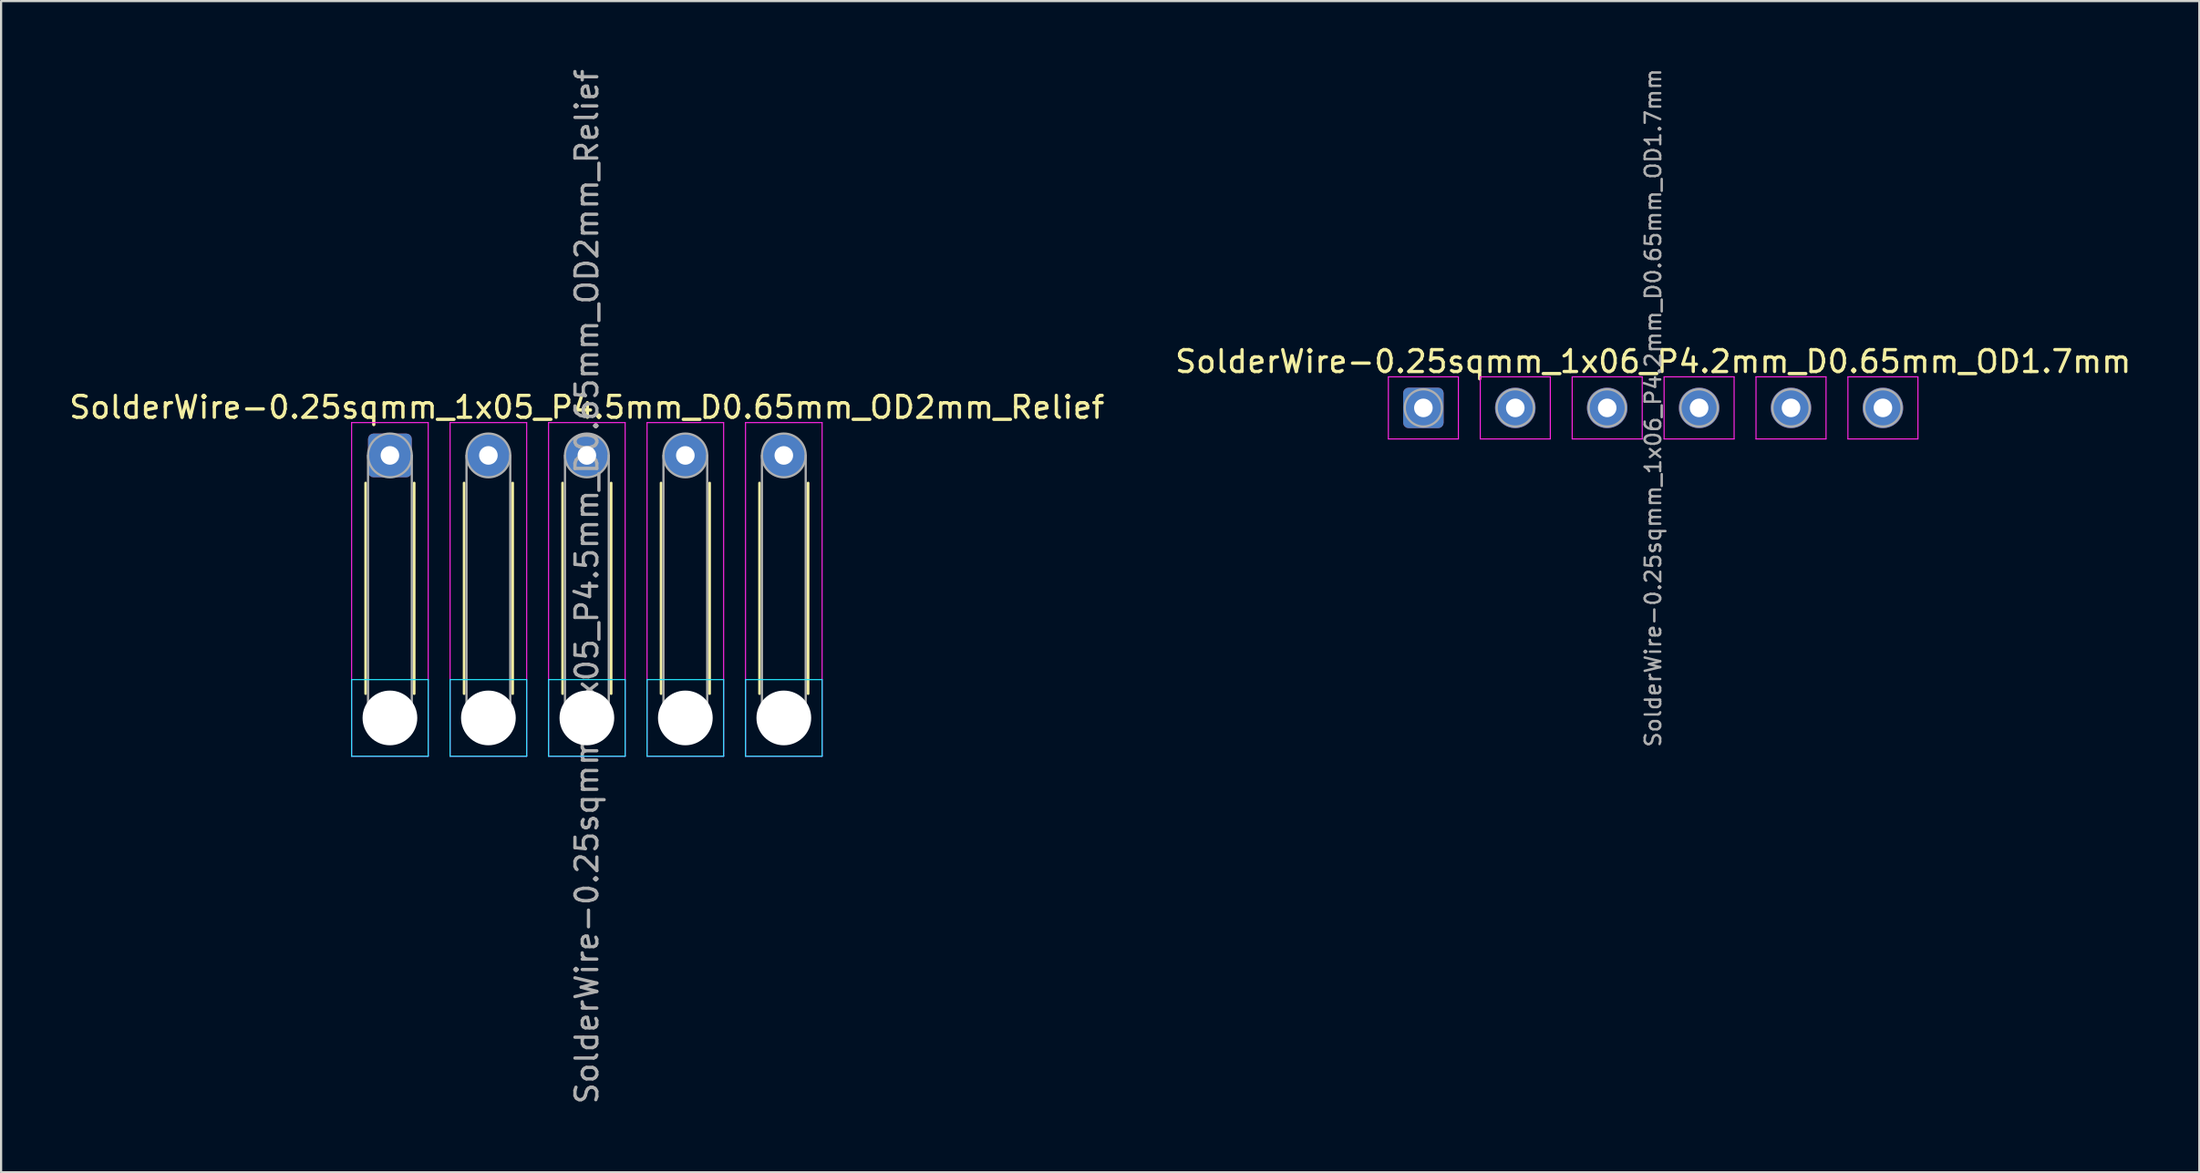
<source format=kicad_pcb>
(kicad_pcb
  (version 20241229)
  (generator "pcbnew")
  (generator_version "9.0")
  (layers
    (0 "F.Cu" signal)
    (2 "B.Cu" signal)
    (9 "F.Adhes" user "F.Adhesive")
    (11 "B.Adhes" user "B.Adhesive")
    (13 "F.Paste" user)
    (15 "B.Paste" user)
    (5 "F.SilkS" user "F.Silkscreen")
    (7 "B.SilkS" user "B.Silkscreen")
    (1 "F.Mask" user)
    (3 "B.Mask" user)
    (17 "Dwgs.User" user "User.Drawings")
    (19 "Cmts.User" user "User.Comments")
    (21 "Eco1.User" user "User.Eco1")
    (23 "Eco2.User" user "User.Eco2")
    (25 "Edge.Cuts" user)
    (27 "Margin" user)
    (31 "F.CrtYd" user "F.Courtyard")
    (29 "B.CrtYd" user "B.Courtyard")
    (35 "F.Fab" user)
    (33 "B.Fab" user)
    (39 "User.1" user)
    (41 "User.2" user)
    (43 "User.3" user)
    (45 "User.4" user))
  (footprint "SolderWire-0.25sqmm_1x06_P4.2mm_D0.65mm_OD1.7mm"
    (layer "F.Cu")
    (at 61.994 15.596)
    (property "Reference" "SolderWire-0.25sqmm_1x06_P4.2mm_D0.65mm_OD1.7mm" (at 10.5 -2.12 0) (layer "F.SilkS") (effects (font (size 1 1) (thickness 0.15))))
    (attr exclude_from_pos_files exclude_from_bom)
    (fp_line (start -1.6 -1.42) (end -1.6 1.42) (stroke (width 0.05) (type solid)) (layer "F.CrtYd"))
    (fp_line (start -1.6 1.42) (end 1.6 1.42) (stroke (width 0.05) (type solid)) (layer "F.CrtYd"))
    (fp_line (start 1.6 -1.42) (end -1.6 -1.42) (stroke (width 0.05) (type solid)) (layer "F.CrtYd"))
    (fp_line (start 1.6 1.42) (end 1.6 -1.42) (stroke (width 0.05) (type solid)) (layer "F.CrtYd"))
    (fp_line (start 2.6 -1.42) (end 2.6 1.42) (stroke (width 0.05) (type solid)) (layer "F.CrtYd"))
    (fp_line (start 2.6 1.42) (end 5.8 1.42) (stroke (width 0.05) (type solid)) (layer "F.CrtYd"))
    (fp_line (start 5.8 -1.42) (end 2.6 -1.42) (stroke (width 0.05) (type solid)) (layer "F.CrtYd"))
    (fp_line (start 5.8 1.42) (end 5.8 -1.42) (stroke (width 0.05) (type solid)) (layer "F.CrtYd"))
    (fp_line (start 6.8 -1.42) (end 6.8 1.42) (stroke (width 0.05) (type solid)) (layer "F.CrtYd"))
    (fp_line (start 6.8 1.42) (end 10 1.42) (stroke (width 0.05) (type solid)) (layer "F.CrtYd"))
    (fp_line (start 10 -1.42) (end 6.8 -1.42) (stroke (width 0.05) (type solid)) (layer "F.CrtYd"))
    (fp_line (start 10 1.42) (end 10 -1.42) (stroke (width 0.05) (type solid)) (layer "F.CrtYd"))
    (fp_line (start 11 -1.42) (end 11 1.42) (stroke (width 0.05) (type solid)) (layer "F.CrtYd"))
    (fp_line (start 11 1.42) (end 14.2 1.42) (stroke (width 0.05) (type solid)) (layer "F.CrtYd"))
    (fp_line (start 14.2 -1.42) (end 11 -1.42) (stroke (width 0.05) (type solid)) (layer "F.CrtYd"))
    (fp_line (start 14.2 1.42) (end 14.2 -1.42) (stroke (width 0.05) (type solid)) (layer "F.CrtYd"))
    (fp_line (start 15.2 -1.42) (end 15.2 1.42) (stroke (width 0.05) (type solid)) (layer "F.CrtYd"))
    (fp_line (start 15.2 1.42) (end 18.4 1.42) (stroke (width 0.05) (type solid)) (layer "F.CrtYd"))
    (fp_line (start 18.4 -1.42) (end 15.2 -1.42) (stroke (width 0.05) (type solid)) (layer "F.CrtYd"))
    (fp_line (start 18.4 1.42) (end 18.4 -1.42) (stroke (width 0.05) (type solid)) (layer "F.CrtYd"))
    (fp_line (start 19.4 -1.42) (end 19.4 1.42) (stroke (width 0.05) (type solid)) (layer "F.CrtYd"))
    (fp_line (start 19.4 1.42) (end 22.6 1.42) (stroke (width 0.05) (type solid)) (layer "F.CrtYd"))
    (fp_line (start 22.6 -1.42) (end 19.4 -1.42) (stroke (width 0.05) (type solid)) (layer "F.CrtYd"))
    (fp_line (start 22.6 1.42) (end 22.6 -1.42) (stroke (width 0.05) (type solid)) (layer "F.CrtYd"))
    (fp_circle (center 0 0) (end 0.85 0) (stroke (width 0.1) (type solid)) (fill no) (layer "F.Fab"))
    (fp_circle (center 4.2 0) (end 5.05 0) (stroke (width 0.1) (type solid)) (fill no) (layer "F.Fab"))
    (fp_circle (center 8.4 0) (end 9.25 0) (stroke (width 0.1) (type solid)) (fill no) (layer "F.Fab"))
    (fp_circle (center 12.6 0) (end 13.45 0) (stroke (width 0.1) (type solid)) (fill no) (layer "F.Fab"))
    (fp_circle (center 16.8 0) (end 17.65 0) (stroke (width 0.1) (type solid)) (fill no) (layer "F.Fab"))
    (fp_circle (center 21 0) (end 21.85 0) (stroke (width 0.1) (type solid)) (fill no) (layer "F.Fab"))
    (fp_text user "${REFERENCE}" (at 10.5 0 90) (layer "F.Fab") (effects (font (size 0.71 0.71) (thickness 0.11))))
    (pad "1" thru_hole roundrect (at 0 0) (size 1.85 1.85) (drill 0.85) (layers "*.Cu" "*.Mask") (roundrect_rratio 0.135))
    (pad "2" thru_hole circle (at 4.2 0) (size 1.85 1.85) (drill 0.85) (layers "*.Cu" "*.Mask"))
    (pad "3" thru_hole circle (at 8.4 0) (size 1.85 1.85) (drill 0.85) (layers "*.Cu" "*.Mask"))
    (pad "4" thru_hole circle (at 12.6 0) (size 1.85 1.85) (drill 0.85) (layers "*.Cu" "*.Mask"))
    (pad "5" thru_hole circle (at 16.8 0) (size 1.85 1.85) (drill 0.85) (layers "*.Cu" "*.Mask"))
    (pad "6" thru_hole circle (at 21 0) (size 1.85 1.85) (drill 0.85) (layers "*.Cu" "*.Mask")))
  (footprint "SolderWire-0.25sqmm_1x05_P4.5mm_D0.65mm_OD2mm_Relief"
    (layer "F.Cu")
    (at 14.768 17.768)
    (property "Reference" "SolderWire-0.25sqmm_1x05_P4.5mm_D0.65mm_OD2mm_Relief" (at 9 -2.2 0) (layer "F.SilkS") (effects (font (size 1 1) (thickness 0.15))))
    (attr exclude_from_pos_files exclude_from_bom)
    (fp_line (start -1.11 1.26) (end -1.11 10.89) (stroke (width 0.12) (type solid)) (layer "F.SilkS"))
    (fp_line (start 1.11 1.26) (end 1.11 10.89) (stroke (width 0.12) (type solid)) (layer "F.SilkS"))
    (fp_line (start 3.39 1.26) (end 3.39 10.89) (stroke (width 0.12) (type solid)) (layer "F.SilkS"))
    (fp_line (start 5.61 1.26) (end 5.61 10.89) (stroke (width 0.12) (type solid)) (layer "F.SilkS"))
    (fp_line (start 7.89 1.26) (end 7.89 10.89) (stroke (width 0.12) (type solid)) (layer "F.SilkS"))
    (fp_line (start 10.11 1.26) (end 10.11 10.89) (stroke (width 0.12) (type solid)) (layer "F.SilkS"))
    (fp_line (start 12.39 1.26) (end 12.39 10.89) (stroke (width 0.12) (type solid)) (layer "F.SilkS"))
    (fp_line (start 14.61 1.26) (end 14.61 10.89) (stroke (width 0.12) (type solid)) (layer "F.SilkS"))
    (fp_line (start 16.89 1.26) (end 16.89 10.89) (stroke (width 0.12) (type solid)) (layer "F.SilkS"))
    (fp_line (start 19.11 1.26) (end 19.11 10.89) (stroke (width 0.12) (type solid)) (layer "F.SilkS"))
    (fp_line (start -1.75 10.25) (end -1.75 13.75) (stroke (width 0.05) (type solid)) (layer "B.CrtYd"))
    (fp_line (start -1.75 13.75) (end 1.75 13.75) (stroke (width 0.05) (type solid)) (layer "B.CrtYd"))
    (fp_line (start 1.75 10.25) (end -1.75 10.25) (stroke (width 0.05) (type solid)) (layer "B.CrtYd"))
    (fp_line (start 1.75 13.75) (end 1.75 10.25) (stroke (width 0.05) (type solid)) (layer "B.CrtYd"))
    (fp_line (start 2.75 10.25) (end 2.75 13.75) (stroke (width 0.05) (type solid)) (layer "B.CrtYd"))
    (fp_line (start 2.75 13.75) (end 6.25 13.75) (stroke (width 0.05) (type solid)) (layer "B.CrtYd"))
    (fp_line (start 6.25 10.25) (end 2.75 10.25) (stroke (width 0.05) (type solid)) (layer "B.CrtYd"))
    (fp_line (start 6.25 13.75) (end 6.25 10.25) (stroke (width 0.05) (type solid)) (layer "B.CrtYd"))
    (fp_line (start 7.25 10.25) (end 7.25 13.75) (stroke (width 0.05) (type solid)) (layer "B.CrtYd"))
    (fp_line (start 7.25 13.75) (end 10.75 13.75) (stroke (width 0.05) (type solid)) (layer "B.CrtYd"))
    (fp_line (start 10.75 10.25) (end 7.25 10.25) (stroke (width 0.05) (type solid)) (layer "B.CrtYd"))
    (fp_line (start 10.75 13.75) (end 10.75 10.25) (stroke (width 0.05) (type solid)) (layer "B.CrtYd"))
    (fp_line (start 11.75 10.25) (end 11.75 13.75) (stroke (width 0.05) (type solid)) (layer "B.CrtYd"))
    (fp_line (start 11.75 13.75) (end 15.25 13.75) (stroke (width 0.05) (type solid)) (layer "B.CrtYd"))
    (fp_line (start 15.25 10.25) (end 11.75 10.25) (stroke (width 0.05) (type solid)) (layer "B.CrtYd"))
    (fp_line (start 15.25 13.75) (end 15.25 10.25) (stroke (width 0.05) (type solid)) (layer "B.CrtYd"))
    (fp_line (start 16.25 10.25) (end 16.25 13.75) (stroke (width 0.05) (type solid)) (layer "B.CrtYd"))
    (fp_line (start 16.25 13.75) (end 19.75 13.75) (stroke (width 0.05) (type solid)) (layer "B.CrtYd"))
    (fp_line (start 19.75 10.25) (end 16.25 10.25) (stroke (width 0.05) (type solid)) (layer "B.CrtYd"))
    (fp_line (start 19.75 13.75) (end 19.75 10.25) (stroke (width 0.05) (type solid)) (layer "B.CrtYd"))
    (fp_line (start -1.75 -1.5) (end -1.75 13.75) (stroke (width 0.05) (type solid)) (layer "F.CrtYd"))
    (fp_line (start -1.75 13.75) (end 1.75 13.75) (stroke (width 0.05) (type solid)) (layer "F.CrtYd"))
    (fp_line (start 1.75 -1.5) (end -1.75 -1.5) (stroke (width 0.05) (type solid)) (layer "F.CrtYd"))
    (fp_line (start 1.75 13.75) (end 1.75 -1.5) (stroke (width 0.05) (type solid)) (layer "F.CrtYd"))
    (fp_line (start 2.75 -1.5) (end 2.75 13.75) (stroke (width 0.05) (type solid)) (layer "F.CrtYd"))
    (fp_line (start 2.75 13.75) (end 6.25 13.75) (stroke (width 0.05) (type solid)) (layer "F.CrtYd"))
    (fp_line (start 6.25 -1.5) (end 2.75 -1.5) (stroke (width 0.05) (type solid)) (layer "F.CrtYd"))
    (fp_line (start 6.25 13.75) (end 6.25 -1.5) (stroke (width 0.05) (type solid)) (layer "F.CrtYd"))
    (fp_line (start 7.25 -1.5) (end 7.25 13.75) (stroke (width 0.05) (type solid)) (layer "F.CrtYd"))
    (fp_line (start 7.25 13.75) (end 10.75 13.75) (stroke (width 0.05) (type solid)) (layer "F.CrtYd"))
    (fp_line (start 10.75 -1.5) (end 7.25 -1.5) (stroke (width 0.05) (type solid)) (layer "F.CrtYd"))
    (fp_line (start 10.75 13.75) (end 10.75 -1.5) (stroke (width 0.05) (type solid)) (layer "F.CrtYd"))
    (fp_line (start 11.75 -1.5) (end 11.75 13.75) (stroke (width 0.05) (type solid)) (layer "F.CrtYd"))
    (fp_line (start 11.75 13.75) (end 15.25 13.75) (stroke (width 0.05) (type solid)) (layer "F.CrtYd"))
    (fp_line (start 15.25 -1.5) (end 11.75 -1.5) (stroke (width 0.05) (type solid)) (layer "F.CrtYd"))
    (fp_line (start 15.25 13.75) (end 15.25 -1.5) (stroke (width 0.05) (type solid)) (layer "F.CrtYd"))
    (fp_line (start 16.25 -1.5) (end 16.25 13.75) (stroke (width 0.05) (type solid)) (layer "F.CrtYd"))
    (fp_line (start 16.25 13.75) (end 19.75 13.75) (stroke (width 0.05) (type solid)) (layer "F.CrtYd"))
    (fp_line (start 19.75 -1.5) (end 16.25 -1.5) (stroke (width 0.05) (type solid)) (layer "F.CrtYd"))
    (fp_line (start 19.75 13.75) (end 19.75 -1.5) (stroke (width 0.05) (type solid)) (layer "F.CrtYd"))
    (fp_line (start -1 0) (end -1 12) (stroke (width 0.1) (type solid)) (layer "F.Fab"))
    (fp_line (start 1 0) (end 1 12) (stroke (width 0.1) (type solid)) (layer "F.Fab"))
    (fp_line (start 3.5 0) (end 3.5 12) (stroke (width 0.1) (type solid)) (layer "F.Fab"))
    (fp_line (start 5.5 0) (end 5.5 12) (stroke (width 0.1) (type solid)) (layer "F.Fab"))
    (fp_line (start 8 0) (end 8 12) (stroke (width 0.1) (type solid)) (layer "F.Fab"))
    (fp_line (start 10 0) (end 10 12) (stroke (width 0.1) (type solid)) (layer "F.Fab"))
    (fp_line (start 12.5 0) (end 12.5 12) (stroke (width 0.1) (type solid)) (layer "F.Fab"))
    (fp_line (start 14.5 0) (end 14.5 12) (stroke (width 0.1) (type solid)) (layer "F.Fab"))
    (fp_line (start 17 0) (end 17 12) (stroke (width 0.1) (type solid)) (layer "F.Fab"))
    (fp_line (start 19 0) (end 19 12) (stroke (width 0.1) (type solid)) (layer "F.Fab"))
    (fp_circle (center 0 0) (end 1 0) (stroke (width 0.1) (type solid)) (fill no) (layer "F.Fab"))
    (fp_circle (center 0 12) (end 1 12) (stroke (width 0.1) (type solid)) (fill no) (layer "F.Fab"))
    (fp_circle (center 4.5 0) (end 5.5 0) (stroke (width 0.1) (type solid)) (fill no) (layer "F.Fab"))
    (fp_circle (center 4.5 12) (end 5.5 12) (stroke (width 0.1) (type solid)) (fill no) (layer "F.Fab"))
    (fp_circle (center 9 0) (end 10 0) (stroke (width 0.1) (type solid)) (fill no) (layer "F.Fab"))
    (fp_circle (center 9 12) (end 10 12) (stroke (width 0.1) (type solid)) (fill no) (layer "F.Fab"))
    (fp_circle (center 13.5 0) (end 14.5 0) (stroke (width 0.1) (type solid)) (fill no) (layer "F.Fab"))
    (fp_circle (center 13.5 12) (end 14.5 12) (stroke (width 0.1) (type solid)) (fill no) (layer "F.Fab"))
    (fp_circle (center 18 0) (end 19 0) (stroke (width 0.1) (type solid)) (fill no) (layer "F.Fab"))
    (fp_circle (center 18 12) (end 19 12) (stroke (width 0.1) (type solid)) (fill no) (layer "F.Fab"))
    (fp_text user "${REFERENCE}" (at 9 6 90) (layer "F.Fab") (effects (font (size 1 1) (thickness 0.15))))
    (pad "" np_thru_hole circle (at 0 12) (size 2.5 2.5) (drill 2.5) (layers "*.Cu" "*.Mask"))
    (pad "" np_thru_hole circle (at 4.5 12) (size 2.5 2.5) (drill 2.5) (layers "*.Cu" "*.Mask"))
    (pad "" np_thru_hole circle (at 9 12) (size 2.5 2.5) (drill 2.5) (layers "*.Cu" "*.Mask"))
    (pad "" np_thru_hole circle (at 13.5 12) (size 2.5 2.5) (drill 2.5) (layers "*.Cu" "*.Mask"))
    (pad "" np_thru_hole circle (at 18 12) (size 2.5 2.5) (drill 2.5) (layers "*.Cu" "*.Mask"))
    (pad "1" thru_hole roundrect (at 0 0) (size 2 2) (drill 0.85) (layers "*.Cu" "*.Mask") (roundrect_rratio 0.125))
    (pad "2" thru_hole circle (at 4.5 0) (size 2 2) (drill 0.85) (layers "*.Cu" "*.Mask"))
    (pad "3" thru_hole circle (at 9 0) (size 2 2) (drill 0.85) (layers "*.Cu" "*.Mask"))
    (pad "4" thru_hole circle (at 13.5 0) (size 2 2) (drill 0.85) (layers "*.Cu" "*.Mask"))
    (pad "5" thru_hole circle (at 18 0) (size 2 2) (drill 0.85) (layers "*.Cu" "*.Mask")))
  (gr_rect
    (start -3 -3)
    (end 97.452 50.536)
    (stroke (width 0.1) (type default))
    (fill no)
    (layer "Edge.Cuts")))
</source>
